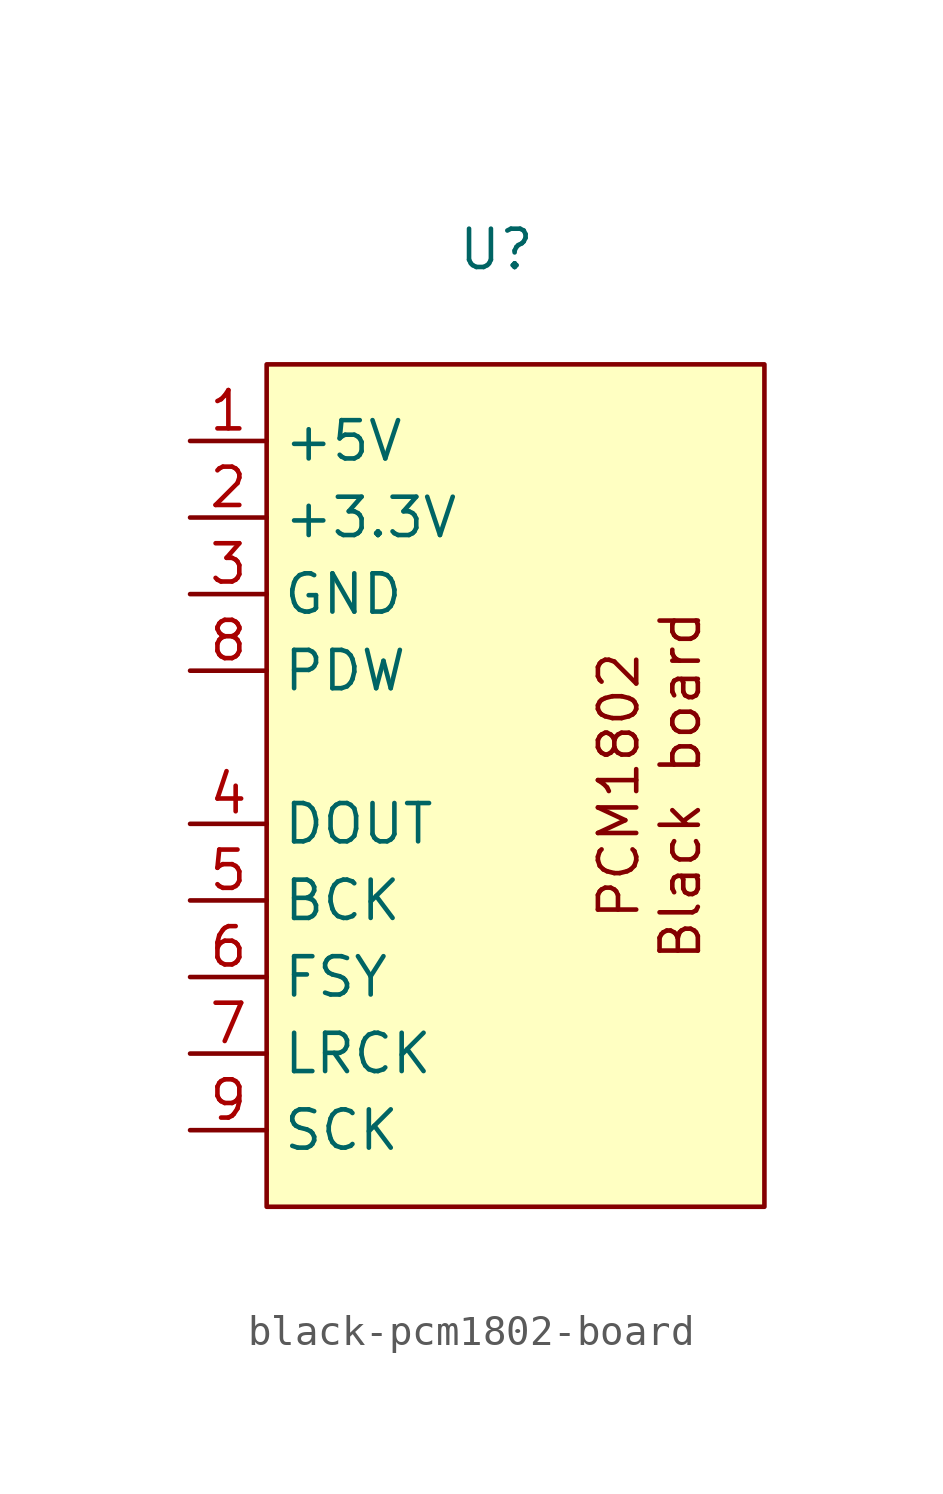
<source format=kicad_sym>
(kicad_symbol_lib
  (version 20220914)
  (generator kicad_symbol_editor)
  (symbol "black-pcm1802-board"
    (property "Reference" "U"
      (at 0 17.78 0)
      (effects (font (size 1.27 1.27))))
    (property "Value" ""
      (at -7.62 -3.81 0)
      (effects (font (size 1.27 1.27))))
    (symbol "black-pcm1802-board_1_1"
      (rectangle (start -7.62 13.97) (end 8.89 -13.97) (stroke (width 0) (type default)) (fill (type background)))
      (text "PCM1802\nBlack board" (at 5.08 0 900) (effects (font (size 1.27 1.27))))
      (pin power_in line (at -10.16 11.43 0) (length 2.54) (name "+5V" (effects (font (size 1.27 1.27)))) (number "1" (effects (font (size 1.27 1.27)))))
      (pin power_in line (at -10.16 8.89 0) (length 2.54) (name "+3.3V" (effects (font (size 1.27 1.27)))) (number "2" (effects (font (size 1.27 1.27)))))
      (pin power_in line (at -10.16 6.35 0) (length 2.54) (name "GND" (effects (font (size 1.27 1.27)))) (number "3" (effects (font (size 1.27 1.27)))))
      (pin output line (at -10.16 -1.27 0) (length 2.54) (name "DOUT" (effects (font (size 1.27 1.27)))) (number "4" (effects (font (size 1.27 1.27)))))
      (pin bidirectional line (at -10.16 -3.81 0) (length 2.54) (name "BCK" (effects (font (size 1.27 1.27)))) (number "5" (effects (font (size 1.27 1.27)))))
      (pin bidirectional line (at -10.16 -6.35 0) (length 2.54) (name "FSY" (effects (font (size 1.27 1.27)))) (number "6" (effects (font (size 1.27 1.27)))))
      (pin bidirectional line (at -10.16 -8.89 0) (length 2.54) (name "LRCK" (effects (font (size 1.27 1.27)))) (number "7" (effects (font (size 1.27 1.27)))))
      (pin input line (at -10.16 3.81 0) (length 2.54) (name "PDW" (effects (font (size 1.27 1.27)))) (number "8" (effects (font (size 1.27 1.27)))))
      (pin bidirectional line (at -10.16 -11.43 0) (length 2.54) (name "SCK" (effects (font (size 1.27 1.27)))) (number "9" (effects (font (size 1.27 1.27))))))))
</source>
